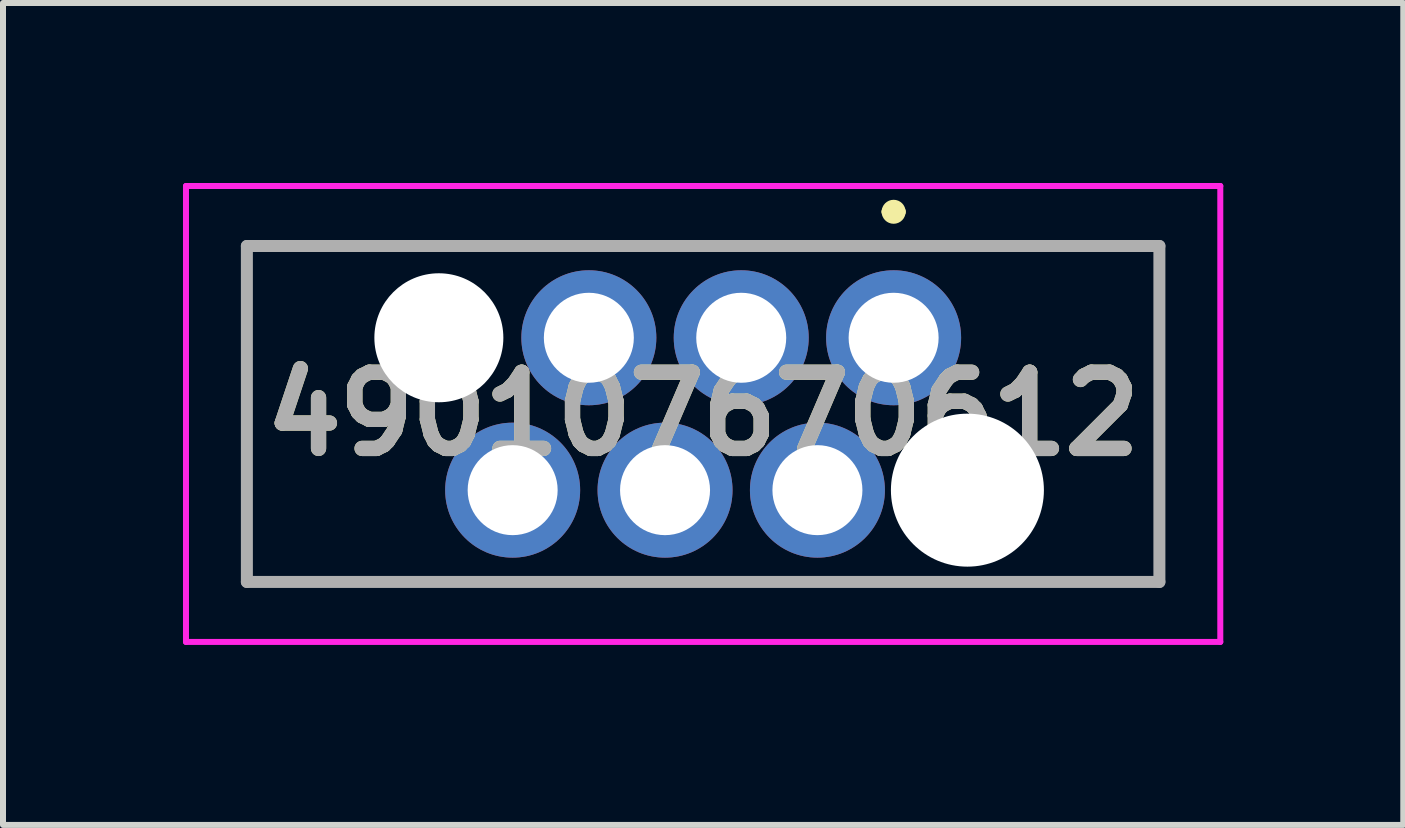
<source format=kicad_pcb>
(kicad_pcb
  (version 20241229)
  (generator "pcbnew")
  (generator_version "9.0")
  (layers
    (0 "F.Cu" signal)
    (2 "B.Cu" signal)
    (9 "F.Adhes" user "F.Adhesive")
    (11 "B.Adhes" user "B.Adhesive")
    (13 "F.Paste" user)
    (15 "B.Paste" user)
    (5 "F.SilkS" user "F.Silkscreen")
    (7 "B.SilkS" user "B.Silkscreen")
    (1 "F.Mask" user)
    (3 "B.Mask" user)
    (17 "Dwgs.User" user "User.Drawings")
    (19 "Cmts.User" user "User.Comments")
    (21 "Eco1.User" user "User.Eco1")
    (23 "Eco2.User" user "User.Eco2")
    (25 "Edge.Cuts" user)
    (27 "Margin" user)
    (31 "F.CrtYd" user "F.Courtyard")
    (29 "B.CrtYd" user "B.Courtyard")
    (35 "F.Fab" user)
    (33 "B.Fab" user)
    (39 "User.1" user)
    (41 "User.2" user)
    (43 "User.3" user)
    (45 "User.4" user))
  (footprint "490107670612"
    (layer "F.Cu")
    (at 11.845 2.58)
    (property "Reference" "490107670612" (at -3.175 1.27 0) (layer "F.SilkS") (effects (font (size 1.27 1.27) (thickness 0.254))))
    (attr through_hole)
    (fp_line (start -10.795 -1.53) (end 4.445 -1.53) (stroke (width 0.1) (type solid)) (layer "F.SilkS"))
    (fp_line (start -10.795 4.07) (end -10.795 -1.53) (stroke (width 0.1) (type solid)) (layer "F.SilkS"))
    (fp_line (start -0.1 -2.1) (end -0.1 -2.1) (stroke (width 0.2) (type solid)) (layer "F.SilkS"))
    (fp_line (start 0.1 -2.1) (end 0.1 -2.1) (stroke (width 0.2) (type solid)) (layer "F.SilkS"))
    (fp_line (start 4.445 -1.53) (end 4.445 4.07) (stroke (width 0.1) (type solid)) (layer "F.SilkS"))
    (fp_line (start 4.445 4.07) (end -10.795 4.07) (stroke (width 0.1) (type solid)) (layer "F.SilkS"))
    (fp_arc (start -0.1 -2.1) (mid 0 -2.2) (end 0.1 -2.1) (stroke (width 0.2) (type solid)) (layer "F.SilkS"))
    (fp_arc (start 0.1 -2.1) (mid 0 -2) (end -0.1 -2.1) (stroke (width 0.2) (type solid)) (layer "F.SilkS"))
    (fp_line (start -11.795 -2.53) (end 5.445 -2.53) (stroke (width 0.1) (type solid)) (layer "F.CrtYd"))
    (fp_line (start -11.795 5.07) (end -11.795 -2.53) (stroke (width 0.1) (type solid)) (layer "F.CrtYd"))
    (fp_line (start 5.445 -2.53) (end 5.445 5.07) (stroke (width 0.1) (type solid)) (layer "F.CrtYd"))
    (fp_line (start 5.445 5.07) (end -11.795 5.07) (stroke (width 0.1) (type solid)) (layer "F.CrtYd"))
    (fp_line (start -10.78 -1.53) (end 4.43 -1.53) (stroke (width 0.2) (type solid)) (layer "F.Fab"))
    (fp_line (start -10.78 4.07) (end -10.78 -1.53) (stroke (width 0.2) (type solid)) (layer "F.Fab"))
    (fp_line (start 4.43 -1.53) (end 4.43 4.07) (stroke (width 0.2) (type solid)) (layer "F.Fab"))
    (fp_line (start 4.43 4.07) (end -10.78 4.07) (stroke (width 0.2) (type solid)) (layer "F.Fab"))
    (fp_text user "${REFERENCE}" (at -3.175 1.27 0) (layer "F.Fab") (effects (font (size 1.27 1.27) (thickness 0.254))))
    (pad "" np_thru_hole circle (at -7.58 0) (size 2.15 2.15) (drill 2.15) (layers "*.Cu" "*.Mask"))
    (pad "" np_thru_hole circle (at 1.23 2.54) (size 2.55 2.55) (drill 2.55) (layers "*.Cu" "*.Mask"))
    (pad "1" thru_hole circle (at 0 0) (size 2.25 2.25) (drill 1.5) (layers "*.Cu" "*.Mask"))
    (pad "2" thru_hole circle (at -1.27 2.54) (size 2.25 2.25) (drill 1.5) (layers "*.Cu" "*.Mask"))
    (pad "3" thru_hole circle (at -2.54 0) (size 2.25 2.25) (drill 1.5) (layers "*.Cu" "*.Mask"))
    (pad "4" thru_hole circle (at -3.81 2.54) (size 2.25 2.25) (drill 1.5) (layers "*.Cu" "*.Mask"))
    (pad "5" thru_hole circle (at -5.08 0) (size 2.25 2.25) (drill 1.5) (layers "*.Cu" "*.Mask"))
    (pad "6" thru_hole circle (at -6.35 2.54) (size 2.25 2.25) (drill 1.5) (layers "*.Cu" "*.Mask")))
  (gr_rect
    (start -3 -3)
    (end 20.34 10.7)
    (stroke (width 0.1) (type default))
    (fill no)
    (layer "Edge.Cuts")))
</source>
